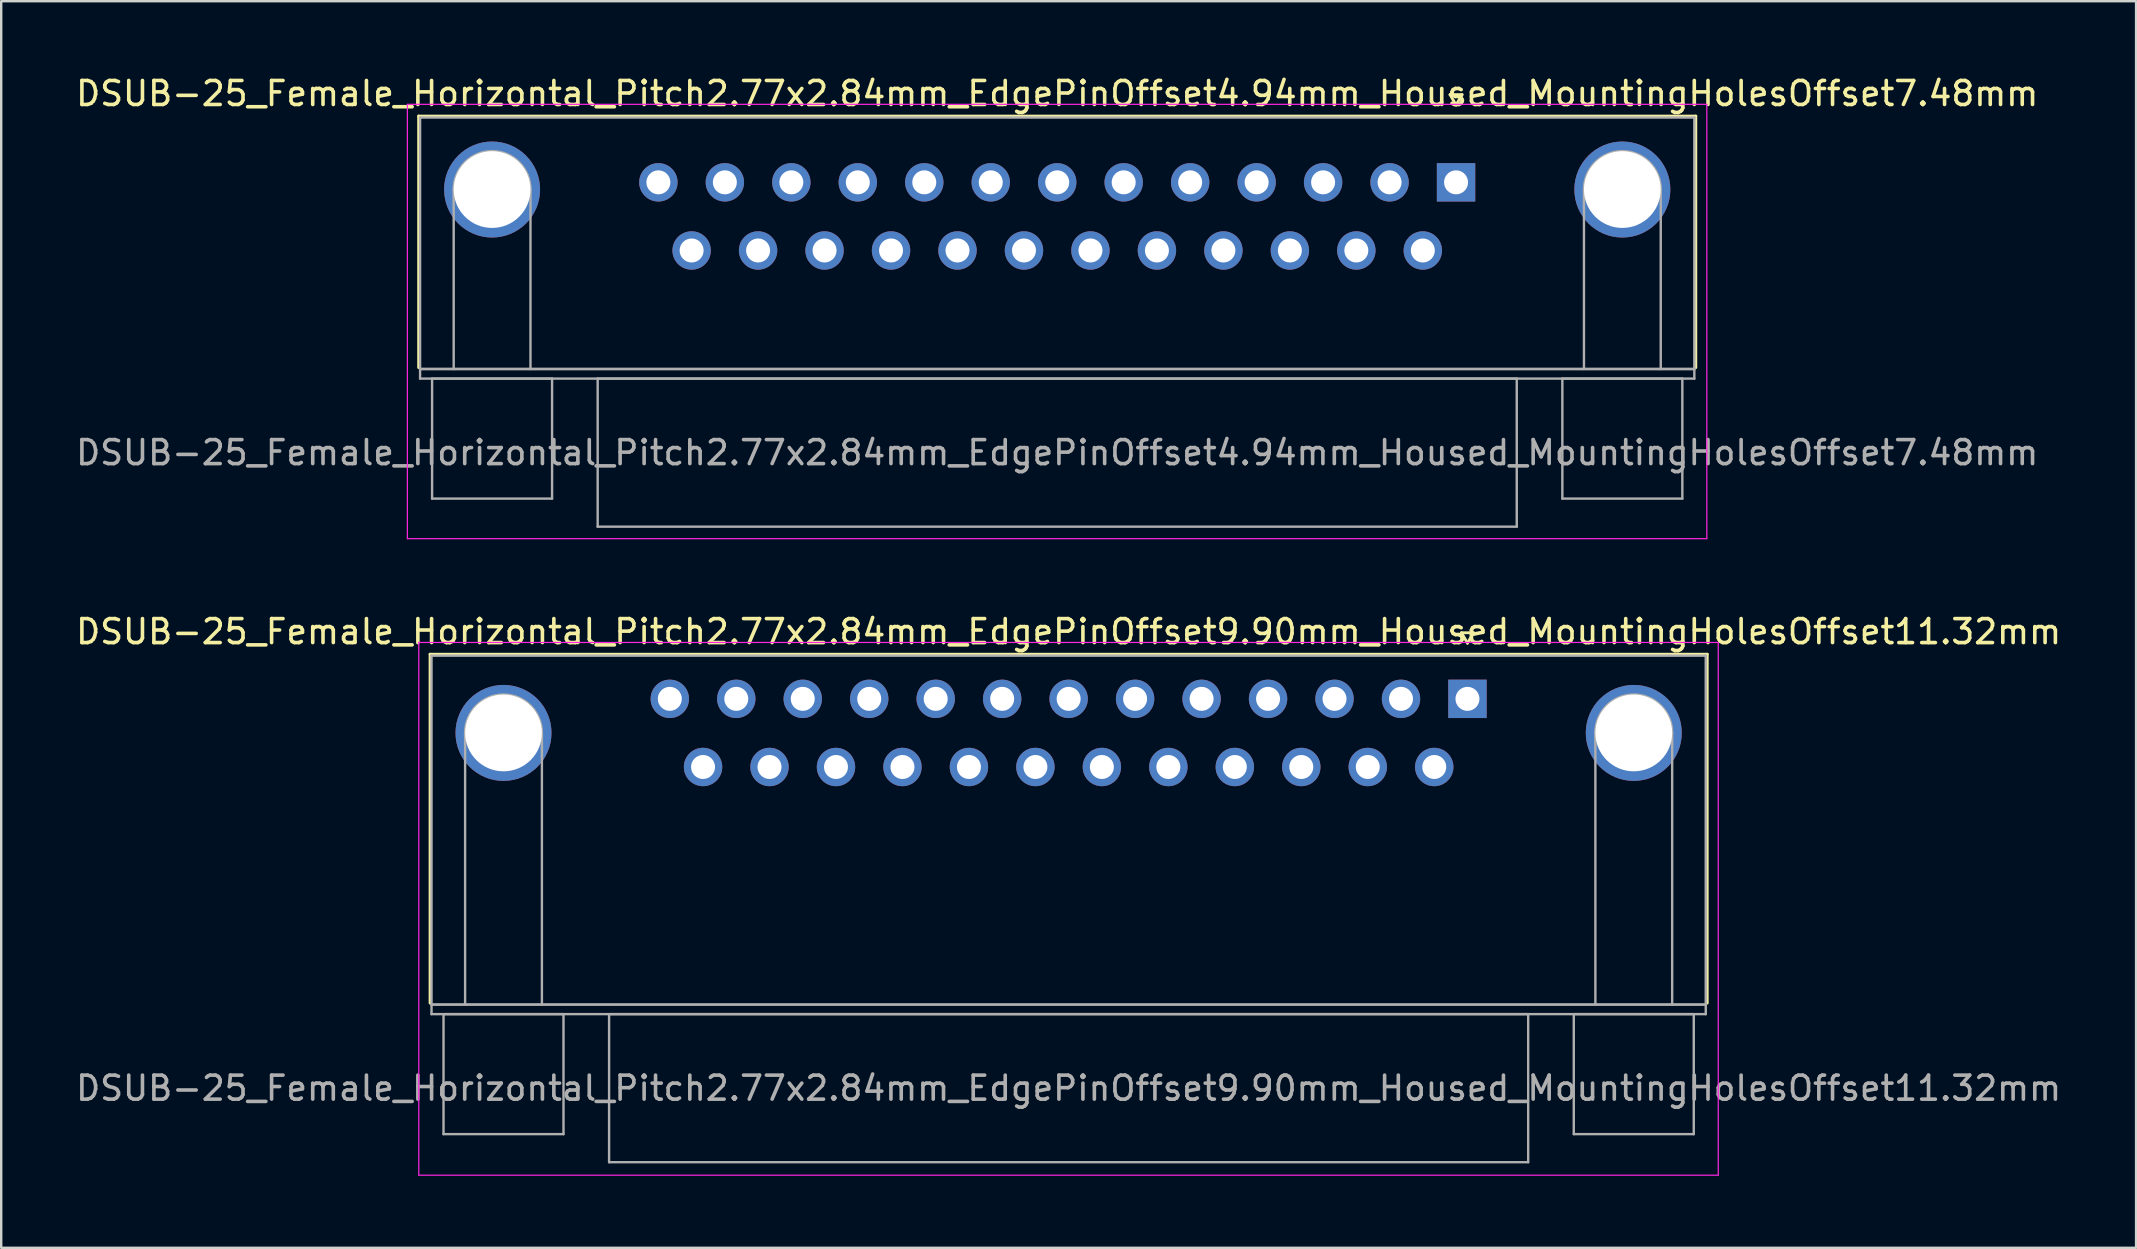
<source format=kicad_pcb>
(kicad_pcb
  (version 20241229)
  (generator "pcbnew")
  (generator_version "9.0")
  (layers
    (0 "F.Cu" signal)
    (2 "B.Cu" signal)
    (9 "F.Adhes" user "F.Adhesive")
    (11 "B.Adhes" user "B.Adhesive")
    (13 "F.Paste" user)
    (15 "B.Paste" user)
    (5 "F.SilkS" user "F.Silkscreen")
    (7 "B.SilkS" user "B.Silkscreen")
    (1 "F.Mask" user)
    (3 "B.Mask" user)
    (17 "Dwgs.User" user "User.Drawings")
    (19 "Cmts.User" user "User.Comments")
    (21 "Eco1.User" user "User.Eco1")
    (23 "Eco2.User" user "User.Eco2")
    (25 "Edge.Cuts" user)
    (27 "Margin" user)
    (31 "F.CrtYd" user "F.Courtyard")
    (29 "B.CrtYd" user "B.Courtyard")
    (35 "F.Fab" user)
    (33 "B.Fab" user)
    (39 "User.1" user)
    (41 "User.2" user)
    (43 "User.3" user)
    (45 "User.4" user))
  (footprint "DSUB-25_Female_Horizontal_Pitch2.77x2.84mm_EdgePinOffset4.94mm_Housed_MountingHolesOffset7.48mm"
    (layer "F.Cu")
    (at 57.626 4.548)
    (property "Reference" "DSUB-25_Female_Horizontal_Pitch2.77x2.84mm_EdgePinOffset4.94mm_Housed_MountingHolesOffset7.48mm" (at -16.62 -3.7 0) (layer "F.SilkS") (effects (font (size 1 1) (thickness 0.15))))
    (attr through_hole)
    (fp_line (start -43.23 -2.76) (end 9.99 -2.76) (stroke (width 0.12) (type solid)) (layer "F.SilkS"))
    (fp_line (start -43.23 7.72) (end -43.23 -2.76) (stroke (width 0.12) (type solid)) (layer "F.SilkS"))
    (fp_line (start -0.25 -3.654) (end 0.25 -3.654) (stroke (width 0.12) (type solid)) (layer "F.SilkS"))
    (fp_line (start 0 -3.221) (end -0.25 -3.654) (stroke (width 0.12) (type solid)) (layer "F.SilkS"))
    (fp_line (start 0.25 -3.654) (end 0 -3.221) (stroke (width 0.12) (type solid)) (layer "F.SilkS"))
    (fp_line (start 9.99 -2.76) (end 9.99 7.72) (stroke (width 0.12) (type solid)) (layer "F.SilkS"))
    (fp_line (start -43.7 -3.25) (end -43.7 14.85) (stroke (width 0.05) (type solid)) (layer "F.CrtYd"))
    (fp_line (start -43.7 14.85) (end 10.45 14.85) (stroke (width 0.05) (type solid)) (layer "F.CrtYd"))
    (fp_line (start 10.45 -3.25) (end -43.7 -3.25) (stroke (width 0.05) (type solid)) (layer "F.CrtYd"))
    (fp_line (start 10.45 14.85) (end 10.45 -3.25) (stroke (width 0.05) (type solid)) (layer "F.CrtYd"))
    (fp_line (start -43.17 -2.7) (end -43.17 7.78) (stroke (width 0.1) (type solid)) (layer "F.Fab"))
    (fp_line (start -43.17 7.78) (end -43.17 8.18) (stroke (width 0.1) (type solid)) (layer "F.Fab"))
    (fp_line (start -43.17 7.78) (end 9.93 7.78) (stroke (width 0.1) (type solid)) (layer "F.Fab"))
    (fp_line (start -43.17 8.18) (end 9.93 8.18) (stroke (width 0.1) (type solid)) (layer "F.Fab"))
    (fp_line (start -42.67 8.18) (end -42.67 13.18) (stroke (width 0.1) (type solid)) (layer "F.Fab"))
    (fp_line (start -42.67 13.18) (end -37.67 13.18) (stroke (width 0.1) (type solid)) (layer "F.Fab"))
    (fp_line (start -41.77 7.78) (end -41.77 0.3) (stroke (width 0.1) (type solid)) (layer "F.Fab"))
    (fp_line (start -38.57 7.78) (end -38.57 0.3) (stroke (width 0.1) (type solid)) (layer "F.Fab"))
    (fp_line (start -37.67 8.18) (end -42.67 8.18) (stroke (width 0.1) (type solid)) (layer "F.Fab"))
    (fp_line (start -37.67 13.18) (end -37.67 8.18) (stroke (width 0.1) (type solid)) (layer "F.Fab"))
    (fp_line (start -35.77 8.18) (end -35.77 14.35) (stroke (width 0.1) (type solid)) (layer "F.Fab"))
    (fp_line (start -35.77 14.35) (end 2.53 14.35) (stroke (width 0.1) (type solid)) (layer "F.Fab"))
    (fp_line (start 2.53 8.18) (end -35.77 8.18) (stroke (width 0.1) (type solid)) (layer "F.Fab"))
    (fp_line (start 2.53 14.35) (end 2.53 8.18) (stroke (width 0.1) (type solid)) (layer "F.Fab"))
    (fp_line (start 4.43 8.18) (end 4.43 13.18) (stroke (width 0.1) (type solid)) (layer "F.Fab"))
    (fp_line (start 4.43 13.18) (end 9.43 13.18) (stroke (width 0.1) (type solid)) (layer "F.Fab"))
    (fp_line (start 5.33 7.78) (end 5.33 0.3) (stroke (width 0.1) (type solid)) (layer "F.Fab"))
    (fp_line (start 8.53 7.78) (end 8.53 0.3) (stroke (width 0.1) (type solid)) (layer "F.Fab"))
    (fp_line (start 9.43 8.18) (end 4.43 8.18) (stroke (width 0.1) (type solid)) (layer "F.Fab"))
    (fp_line (start 9.43 13.18) (end 9.43 8.18) (stroke (width 0.1) (type solid)) (layer "F.Fab"))
    (fp_line (start 9.93 -2.7) (end -43.17 -2.7) (stroke (width 0.1) (type solid)) (layer "F.Fab"))
    (fp_line (start 9.93 7.78) (end -43.17 7.78) (stroke (width 0.1) (type solid)) (layer "F.Fab"))
    (fp_line (start 9.93 7.78) (end 9.93 -2.7) (stroke (width 0.1) (type solid)) (layer "F.Fab"))
    (fp_line (start 9.93 8.18) (end 9.93 7.78) (stroke (width 0.1) (type solid)) (layer "F.Fab"))
    (fp_arc (start -41.77 0.3) (mid -40.17 -1.3) (end -38.57 0.3) (stroke (width 0.1) (type solid)) (layer "F.Fab"))
    (fp_arc (start 5.33 0.3) (mid 6.93 -1.3) (end 8.53 0.3) (stroke (width 0.1) (type solid)) (layer "F.Fab"))
    (fp_text user "${REFERENCE}" (at -16.62 11.265 0) (layer "F.Fab") (effects (font (size 1 1) (thickness 0.15))))
    (pad "0" thru_hole circle (at -40.17 0.3) (size 4 4) (drill 3.2) (layers "*.Cu" "*.Mask"))
    (pad "0" thru_hole circle (at 6.93 0.3) (size 4 4) (drill 3.2) (layers "*.Cu" "*.Mask"))
    (pad "1" thru_hole rect (at 0 0) (size 1.6 1.6) (drill 1) (layers "*.Cu" "*.Mask"))
    (pad "2" thru_hole circle (at -2.77 0) (size 1.6 1.6) (drill 1) (layers "*.Cu" "*.Mask"))
    (pad "3" thru_hole circle (at -5.54 0) (size 1.6 1.6) (drill 1) (layers "*.Cu" "*.Mask"))
    (pad "4" thru_hole circle (at -8.31 0) (size 1.6 1.6) (drill 1) (layers "*.Cu" "*.Mask"))
    (pad "5" thru_hole circle (at -11.08 0) (size 1.6 1.6) (drill 1) (layers "*.Cu" "*.Mask"))
    (pad "6" thru_hole circle (at -13.85 0) (size 1.6 1.6) (drill 1) (layers "*.Cu" "*.Mask"))
    (pad "7" thru_hole circle (at -16.62 0) (size 1.6 1.6) (drill 1) (layers "*.Cu" "*.Mask"))
    (pad "8" thru_hole circle (at -19.39 0) (size 1.6 1.6) (drill 1) (layers "*.Cu" "*.Mask"))
    (pad "9" thru_hole circle (at -22.16 0) (size 1.6 1.6) (drill 1) (layers "*.Cu" "*.Mask"))
    (pad "10" thru_hole circle (at -24.93 0) (size 1.6 1.6) (drill 1) (layers "*.Cu" "*.Mask"))
    (pad "11" thru_hole circle (at -27.7 0) (size 1.6 1.6) (drill 1) (layers "*.Cu" "*.Mask"))
    (pad "12" thru_hole circle (at -30.47 0) (size 1.6 1.6) (drill 1) (layers "*.Cu" "*.Mask"))
    (pad "13" thru_hole circle (at -33.24 0) (size 1.6 1.6) (drill 1) (layers "*.Cu" "*.Mask"))
    (pad "14" thru_hole circle (at -1.385 2.84) (size 1.6 1.6) (drill 1) (layers "*.Cu" "*.Mask"))
    (pad "15" thru_hole circle (at -4.155 2.84) (size 1.6 1.6) (drill 1) (layers "*.Cu" "*.Mask"))
    (pad "16" thru_hole circle (at -6.925 2.84) (size 1.6 1.6) (drill 1) (layers "*.Cu" "*.Mask"))
    (pad "17" thru_hole circle (at -9.695 2.84) (size 1.6 1.6) (drill 1) (layers "*.Cu" "*.Mask"))
    (pad "18" thru_hole circle (at -12.465 2.84) (size 1.6 1.6) (drill 1) (layers "*.Cu" "*.Mask"))
    (pad "19" thru_hole circle (at -15.235 2.84) (size 1.6 1.6) (drill 1) (layers "*.Cu" "*.Mask"))
    (pad "20" thru_hole circle (at -18.005 2.84) (size 1.6 1.6) (drill 1) (layers "*.Cu" "*.Mask"))
    (pad "21" thru_hole circle (at -20.775 2.84) (size 1.6 1.6) (drill 1) (layers "*.Cu" "*.Mask"))
    (pad "22" thru_hole circle (at -23.545 2.84) (size 1.6 1.6) (drill 1) (layers "*.Cu" "*.Mask"))
    (pad "23" thru_hole circle (at -26.315 2.84) (size 1.6 1.6) (drill 1) (layers "*.Cu" "*.Mask"))
    (pad "24" thru_hole circle (at -29.085 2.84) (size 1.6 1.6) (drill 1) (layers "*.Cu" "*.Mask"))
    (pad "25" thru_hole circle (at -31.855 2.84) (size 1.6 1.6) (drill 1) (layers "*.Cu" "*.Mask")))
  (footprint "DSUB-25_Female_Horizontal_Pitch2.77x2.84mm_EdgePinOffset9.90mm_Housed_MountingHolesOffset11.32mm"
    (layer "F.Cu")
    (at 58.102 26.072)
    (property "Reference" "DSUB-25_Female_Horizontal_Pitch2.77x2.84mm_EdgePinOffset9.90mm_Housed_MountingHolesOffset11.32mm" (at -16.62 -2.8 0) (layer "F.SilkS") (effects (font (size 1 1) (thickness 0.15))))
    (attr through_hole)
    (fp_line (start -43.23 -1.86) (end 9.99 -1.86) (stroke (width 0.12) (type solid)) (layer "F.SilkS"))
    (fp_line (start -43.23 12.68) (end -43.23 -1.86) (stroke (width 0.12) (type solid)) (layer "F.SilkS"))
    (fp_line (start -0.25 -2.754) (end 0.25 -2.754) (stroke (width 0.12) (type solid)) (layer "F.SilkS"))
    (fp_line (start 0 -2.321) (end -0.25 -2.754) (stroke (width 0.12) (type solid)) (layer "F.SilkS"))
    (fp_line (start 0.25 -2.754) (end 0 -2.321) (stroke (width 0.12) (type solid)) (layer "F.SilkS"))
    (fp_line (start 9.99 -1.86) (end 9.99 12.68) (stroke (width 0.12) (type solid)) (layer "F.SilkS"))
    (fp_line (start -43.7 -2.35) (end -43.7 19.85) (stroke (width 0.05) (type solid)) (layer "F.CrtYd"))
    (fp_line (start -43.7 19.85) (end 10.45 19.85) (stroke (width 0.05) (type solid)) (layer "F.CrtYd"))
    (fp_line (start 10.45 -2.35) (end -43.7 -2.35) (stroke (width 0.05) (type solid)) (layer "F.CrtYd"))
    (fp_line (start 10.45 19.85) (end 10.45 -2.35) (stroke (width 0.05) (type solid)) (layer "F.CrtYd"))
    (fp_line (start -43.17 -1.8) (end -43.17 12.74) (stroke (width 0.1) (type solid)) (layer "F.Fab"))
    (fp_line (start -43.17 12.74) (end -43.17 13.14) (stroke (width 0.1) (type solid)) (layer "F.Fab"))
    (fp_line (start -43.17 12.74) (end 9.93 12.74) (stroke (width 0.1) (type solid)) (layer "F.Fab"))
    (fp_line (start -43.17 13.14) (end 9.93 13.14) (stroke (width 0.1) (type solid)) (layer "F.Fab"))
    (fp_line (start -42.67 13.14) (end -42.67 18.14) (stroke (width 0.1) (type solid)) (layer "F.Fab"))
    (fp_line (start -42.67 18.14) (end -37.67 18.14) (stroke (width 0.1) (type solid)) (layer "F.Fab"))
    (fp_line (start -41.77 12.74) (end -41.77 1.42) (stroke (width 0.1) (type solid)) (layer "F.Fab"))
    (fp_line (start -38.57 12.74) (end -38.57 1.42) (stroke (width 0.1) (type solid)) (layer "F.Fab"))
    (fp_line (start -37.67 13.14) (end -42.67 13.14) (stroke (width 0.1) (type solid)) (layer "F.Fab"))
    (fp_line (start -37.67 18.14) (end -37.67 13.14) (stroke (width 0.1) (type solid)) (layer "F.Fab"))
    (fp_line (start -35.77 13.14) (end -35.77 19.31) (stroke (width 0.1) (type solid)) (layer "F.Fab"))
    (fp_line (start -35.77 19.31) (end 2.53 19.31) (stroke (width 0.1) (type solid)) (layer "F.Fab"))
    (fp_line (start 2.53 13.14) (end -35.77 13.14) (stroke (width 0.1) (type solid)) (layer "F.Fab"))
    (fp_line (start 2.53 19.31) (end 2.53 13.14) (stroke (width 0.1) (type solid)) (layer "F.Fab"))
    (fp_line (start 4.43 13.14) (end 4.43 18.14) (stroke (width 0.1) (type solid)) (layer "F.Fab"))
    (fp_line (start 4.43 18.14) (end 9.43 18.14) (stroke (width 0.1) (type solid)) (layer "F.Fab"))
    (fp_line (start 5.33 12.74) (end 5.33 1.42) (stroke (width 0.1) (type solid)) (layer "F.Fab"))
    (fp_line (start 8.53 12.74) (end 8.53 1.42) (stroke (width 0.1) (type solid)) (layer "F.Fab"))
    (fp_line (start 9.43 13.14) (end 4.43 13.14) (stroke (width 0.1) (type solid)) (layer "F.Fab"))
    (fp_line (start 9.43 18.14) (end 9.43 13.14) (stroke (width 0.1) (type solid)) (layer "F.Fab"))
    (fp_line (start 9.93 -1.8) (end -43.17 -1.8) (stroke (width 0.1) (type solid)) (layer "F.Fab"))
    (fp_line (start 9.93 12.74) (end -43.17 12.74) (stroke (width 0.1) (type solid)) (layer "F.Fab"))
    (fp_line (start 9.93 12.74) (end 9.93 -1.8) (stroke (width 0.1) (type solid)) (layer "F.Fab"))
    (fp_line (start 9.93 13.14) (end 9.93 12.74) (stroke (width 0.1) (type solid)) (layer "F.Fab"))
    (fp_arc (start -41.77 1.42) (mid -40.17 -0.18) (end -38.57 1.42) (stroke (width 0.1) (type solid)) (layer "F.Fab"))
    (fp_arc (start 5.33 1.42) (mid 6.93 -0.18) (end 8.53 1.42) (stroke (width 0.1) (type solid)) (layer "F.Fab"))
    (fp_text user "${REFERENCE}" (at -16.62 16.225 0) (layer "F.Fab") (effects (font (size 1 1) (thickness 0.15))))
    (pad "0" thru_hole circle (at -40.17 1.42) (size 4 4) (drill 3.2) (layers "*.Cu" "*.Mask"))
    (pad "0" thru_hole circle (at 6.93 1.42) (size 4 4) (drill 3.2) (layers "*.Cu" "*.Mask"))
    (pad "1" thru_hole rect (at 0 0) (size 1.6 1.6) (drill 1) (layers "*.Cu" "*.Mask"))
    (pad "2" thru_hole circle (at -2.77 0) (size 1.6 1.6) (drill 1) (layers "*.Cu" "*.Mask"))
    (pad "3" thru_hole circle (at -5.54 0) (size 1.6 1.6) (drill 1) (layers "*.Cu" "*.Mask"))
    (pad "4" thru_hole circle (at -8.31 0) (size 1.6 1.6) (drill 1) (layers "*.Cu" "*.Mask"))
    (pad "5" thru_hole circle (at -11.08 0) (size 1.6 1.6) (drill 1) (layers "*.Cu" "*.Mask"))
    (pad "6" thru_hole circle (at -13.85 0) (size 1.6 1.6) (drill 1) (layers "*.Cu" "*.Mask"))
    (pad "7" thru_hole circle (at -16.62 0) (size 1.6 1.6) (drill 1) (layers "*.Cu" "*.Mask"))
    (pad "8" thru_hole circle (at -19.39 0) (size 1.6 1.6) (drill 1) (layers "*.Cu" "*.Mask"))
    (pad "9" thru_hole circle (at -22.16 0) (size 1.6 1.6) (drill 1) (layers "*.Cu" "*.Mask"))
    (pad "10" thru_hole circle (at -24.93 0) (size 1.6 1.6) (drill 1) (layers "*.Cu" "*.Mask"))
    (pad "11" thru_hole circle (at -27.7 0) (size 1.6 1.6) (drill 1) (layers "*.Cu" "*.Mask"))
    (pad "12" thru_hole circle (at -30.47 0) (size 1.6 1.6) (drill 1) (layers "*.Cu" "*.Mask"))
    (pad "13" thru_hole circle (at -33.24 0) (size 1.6 1.6) (drill 1) (layers "*.Cu" "*.Mask"))
    (pad "14" thru_hole circle (at -1.385 2.84) (size 1.6 1.6) (drill 1) (layers "*.Cu" "*.Mask"))
    (pad "15" thru_hole circle (at -4.155 2.84) (size 1.6 1.6) (drill 1) (layers "*.Cu" "*.Mask"))
    (pad "16" thru_hole circle (at -6.925 2.84) (size 1.6 1.6) (drill 1) (layers "*.Cu" "*.Mask"))
    (pad "17" thru_hole circle (at -9.695 2.84) (size 1.6 1.6) (drill 1) (layers "*.Cu" "*.Mask"))
    (pad "18" thru_hole circle (at -12.465 2.84) (size 1.6 1.6) (drill 1) (layers "*.Cu" "*.Mask"))
    (pad "19" thru_hole circle (at -15.235 2.84) (size 1.6 1.6) (drill 1) (layers "*.Cu" "*.Mask"))
    (pad "20" thru_hole circle (at -18.005 2.84) (size 1.6 1.6) (drill 1) (layers "*.Cu" "*.Mask"))
    (pad "21" thru_hole circle (at -20.775 2.84) (size 1.6 1.6) (drill 1) (layers "*.Cu" "*.Mask"))
    (pad "22" thru_hole circle (at -23.545 2.84) (size 1.6 1.6) (drill 1) (layers "*.Cu" "*.Mask"))
    (pad "23" thru_hole circle (at -26.315 2.84) (size 1.6 1.6) (drill 1) (layers "*.Cu" "*.Mask"))
    (pad "24" thru_hole circle (at -29.085 2.84) (size 1.6 1.6) (drill 1) (layers "*.Cu" "*.Mask"))
    (pad "25" thru_hole circle (at -31.855 2.84) (size 1.6 1.6) (drill 1) (layers "*.Cu" "*.Mask")))
  (gr_rect
    (start -3 -3)
    (end 85.964 48.947)
    (stroke (width 0.1) (type default))
    (fill no)
    (layer "Edge.Cuts")))
</source>
